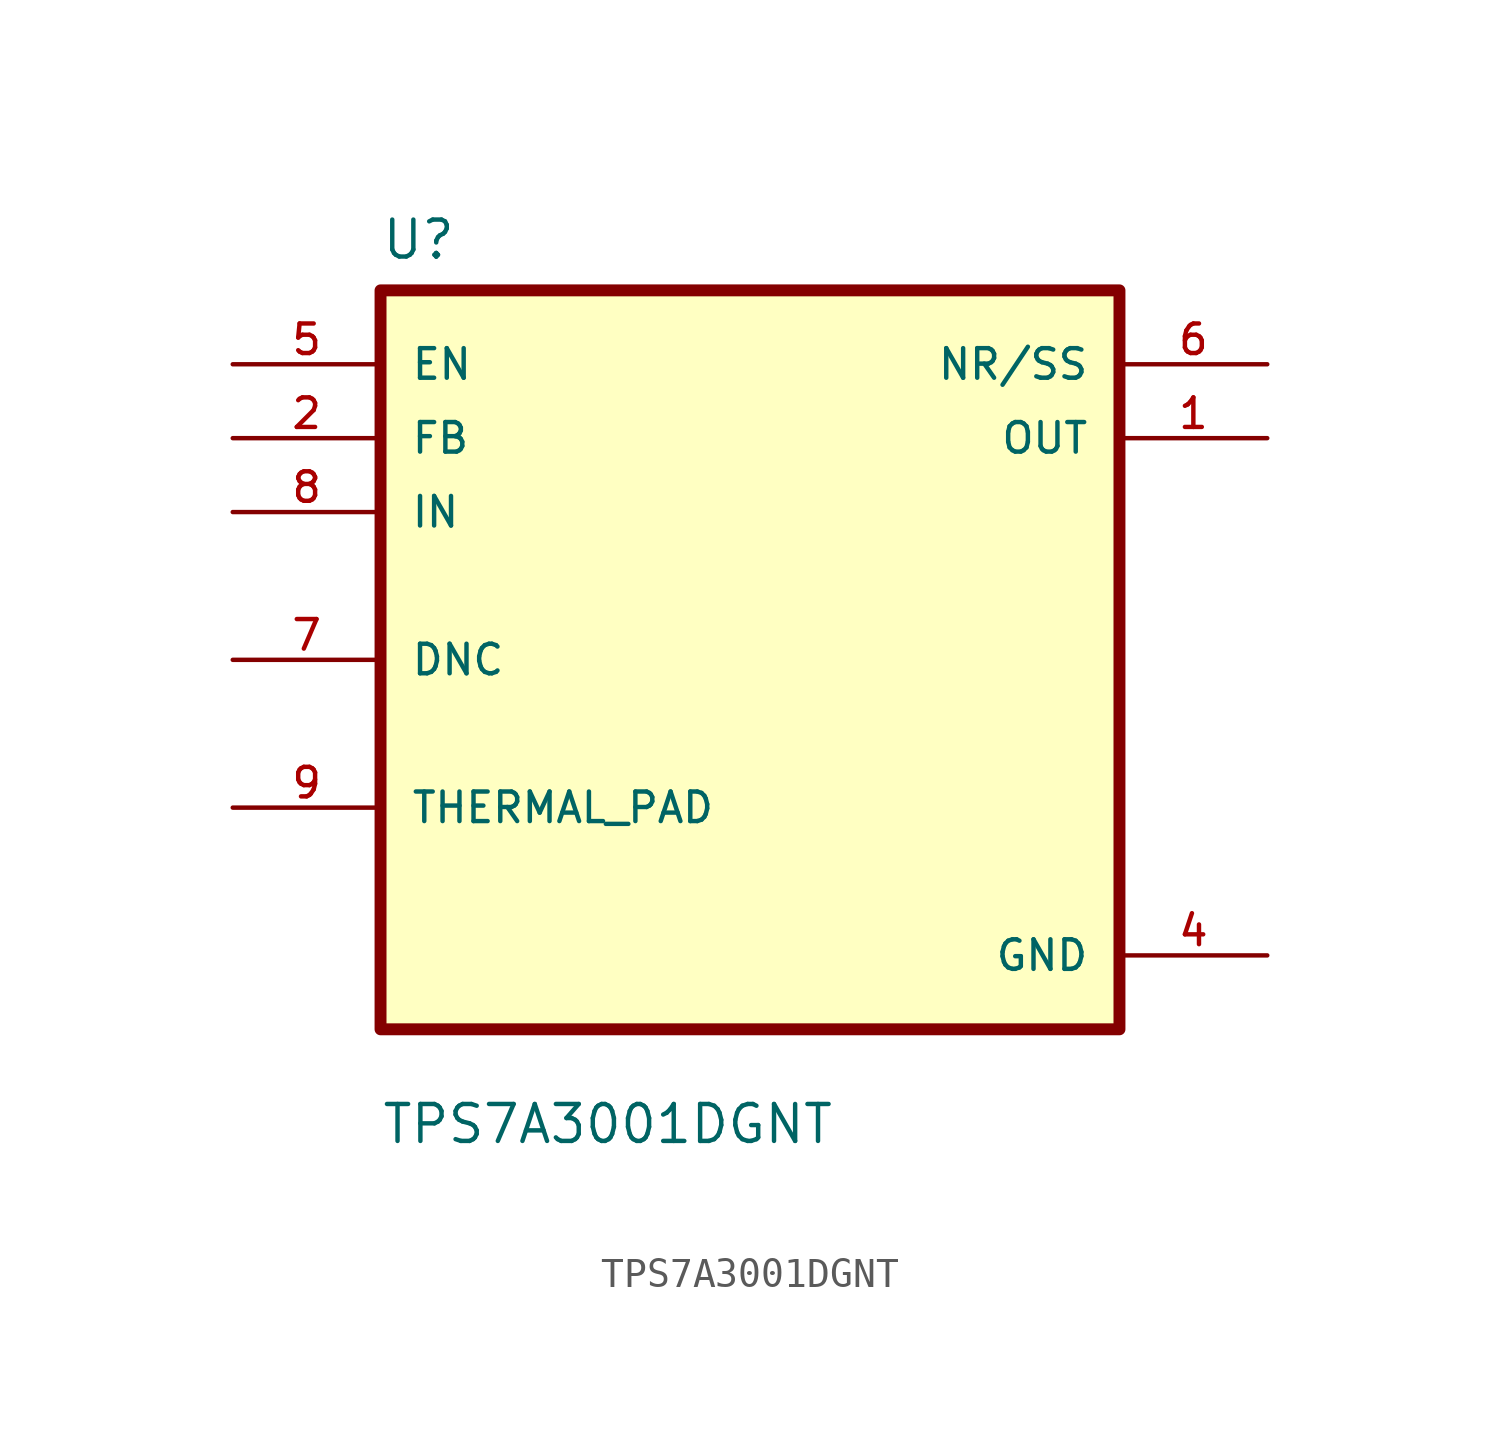
<source format=kicad_sym>
(kicad_symbol_lib
  (version 20211014)
  (generator kicad_symbol_editor)
  (symbol "TPS7A3001DGNT"
    (pin_names
      (offset 1.016))
    (property "Reference" "U"
      (at -12.7 13.7 0.0)
      (effects (font (size 1.27 1.27)) (justify bottom left)))
    (property "Value" "TPS7A3001DGNT"
      (at -12.7 -16.7 0.0)
      (effects (font (size 1.27 1.27)) (justify bottom left)))
    (symbol "TPS7A3001DGNT_0_0"
      (rectangle (start -12.7 -12.7) (end 12.7 12.7) (stroke (width 0.41)) (fill (type background)))
      (pin input line (at -17.78 10.16 0) (length 5.08) (name "EN" (effects (font (size 1.016 1.016)))) (number "5" (effects (font (size 1.016 1.016)))))
      (pin input line (at -17.78 7.62 0) (length 5.08) (name "FB" (effects (font (size 1.016 1.016)))) (number "2" (effects (font (size 1.016 1.016)))))
      (pin input line (at -17.78 5.08 0) (length 5.08) (name "IN" (effects (font (size 1.016 1.016)))) (number "8" (effects (font (size 1.016 1.016)))))
      (pin bidirectional line (at -17.78 0.0 0) (length 5.08) (name "DNC" (effects (font (size 1.016 1.016)))) (number "7" (effects (font (size 1.016 1.016)))))
      (pin bidirectional line (at -17.78 -5.08 0) (length 5.08) (name "THERMAL_PAD" (effects (font (size 1.016 1.016)))) (number "9" (effects (font (size 1.016 1.016)))))
      (pin output line (at 17.78 10.16 180.0) (length 5.08) (name "NR/SS" (effects (font (size 1.016 1.016)))) (number "6" (effects (font (size 1.016 1.016)))))
      (pin output line (at 17.78 7.62 180.0) (length 5.08) (name "OUT" (effects (font (size 1.016 1.016)))) (number "1" (effects (font (size 1.016 1.016)))))
      (pin power_in line (at 17.78 -10.16 180.0) (length 5.08) (name "GND" (effects (font (size 1.016 1.016)))) (number "4" (effects (font (size 1.016 1.016))))))))
</source>
